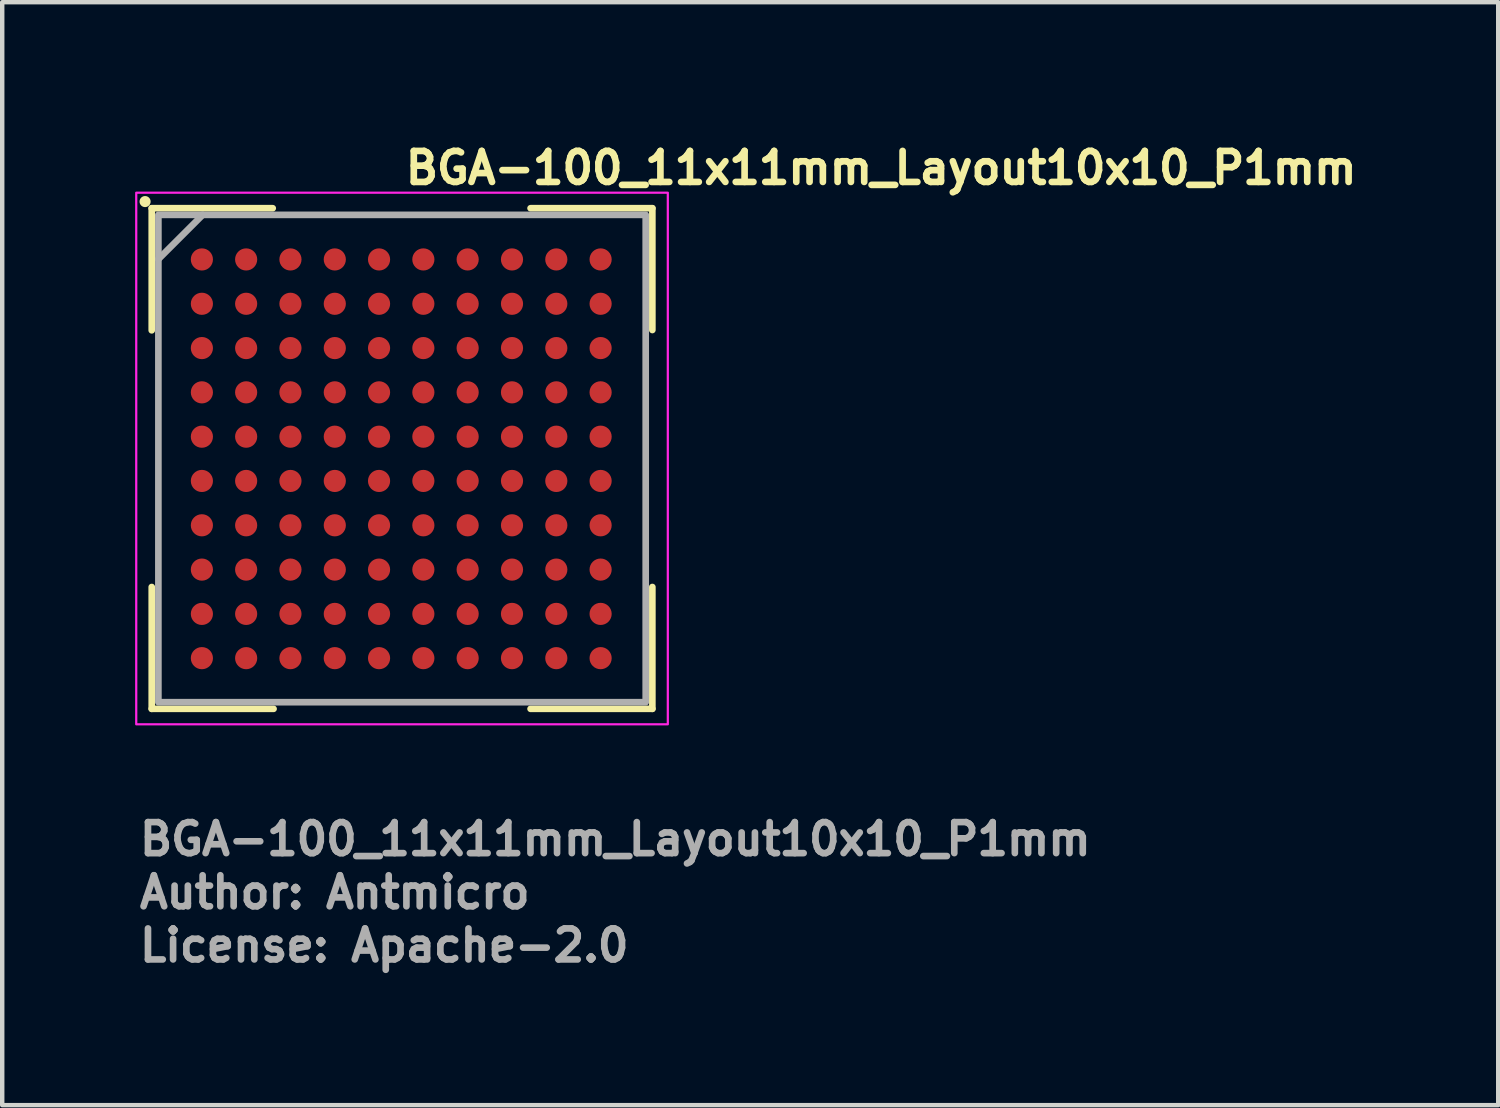
<source format=kicad_pcb>
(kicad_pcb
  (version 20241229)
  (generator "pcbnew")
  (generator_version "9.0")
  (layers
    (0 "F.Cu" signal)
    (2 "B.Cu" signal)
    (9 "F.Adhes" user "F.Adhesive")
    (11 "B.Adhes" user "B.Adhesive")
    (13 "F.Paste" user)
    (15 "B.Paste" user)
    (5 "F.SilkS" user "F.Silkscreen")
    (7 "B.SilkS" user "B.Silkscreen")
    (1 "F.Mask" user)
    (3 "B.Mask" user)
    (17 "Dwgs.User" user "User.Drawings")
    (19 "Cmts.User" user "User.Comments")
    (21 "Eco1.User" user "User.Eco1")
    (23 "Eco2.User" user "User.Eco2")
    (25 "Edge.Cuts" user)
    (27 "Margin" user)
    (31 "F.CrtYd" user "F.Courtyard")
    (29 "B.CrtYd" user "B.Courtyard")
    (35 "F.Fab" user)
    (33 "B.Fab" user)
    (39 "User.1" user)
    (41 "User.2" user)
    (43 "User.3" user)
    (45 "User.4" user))
  (footprint "BGA-100_11x11mm_Layout10x10_P1mm"
    (layer "F.Cu")
    (at 6.025 7.3)
    (property "Reference" "BGA-100_11x11mm_Layout10x10_P1mm" (at 0 -6.15 0) (layer "F.SilkS") (effects (font (size 0.7 0.7) (thickness 0.15)) (justify left bottom)))
    (attr smd)
    (fp_line (start -5.65 -5.65) (end -5.65 -2.894) (stroke (width 0.15) (type solid)) (layer "F.SilkS"))
    (fp_line (start -5.65 5.65) (end -5.65 2.9) (stroke (width 0.15) (type solid)) (layer "F.SilkS"))
    (fp_line (start -2.919 -5.65) (end -5.65 -5.65) (stroke (width 0.15) (type solid)) (layer "F.SilkS"))
    (fp_line (start -2.9 5.65) (end -5.65 5.65) (stroke (width 0.15) (type solid)) (layer "F.SilkS"))
    (fp_line (start 2.901 -5.65) (end 5.65 -5.65) (stroke (width 0.15) (type solid)) (layer "F.SilkS"))
    (fp_line (start 2.901 5.65) (end 5.65 5.65) (stroke (width 0.15) (type solid)) (layer "F.SilkS"))
    (fp_line (start 5.65 -5.65) (end 5.65 -2.901) (stroke (width 0.15) (type solid)) (layer "F.SilkS"))
    (fp_line (start 5.65 5.65) (end 5.65 2.9) (stroke (width 0.15) (type solid)) (layer "F.SilkS"))
    (fp_circle (center -5.8 -5.8) (end -5.75 -5.8) (stroke (width 0.15) (type solid)) (fill yes) (layer "F.SilkS"))
    (fp_rect (start -6 -6) (end 5.999 5.999) (stroke (width 0.05) (type solid)) (fill no) (layer "F.CrtYd"))
    (fp_line (start -4.5 -5.5) (end -5.5 -4.5) (stroke (width 0.15) (type solid)) (layer "F.Fab"))
    (fp_rect (start 5.5 5.5) (end -5.5 -5.5) (stroke (width 0.15) (type solid)) (fill no) (layer "F.Fab"))
    (fp_rect (start -5.5 -5.5) (end 5.499 5.499) (stroke (width 0.1) (type solid)) (fill no) (layer "User.5"))
    (fp_line (start -5.5 -5.5) (end -5.5 5.499) (stroke (width 0.02) (type solid)) (layer "User.9"))
    (fp_line (start -5.5 5.499) (end 5.499 5.499) (stroke (width 0.02) (type solid)) (layer "User.9"))
    (fp_line (start 5.499 -5.5) (end -5.5 -5.5) (stroke (width 0.02) (type solid)) (layer "User.9"))
    (fp_line (start 5.499 5.499) (end 5.499 -5.5) (stroke (width 0.02) (type solid)) (layer "User.9"))
    (fp_circle (center -4.5 -4.5) (end -4.175 -4.475) (stroke (width 0.02) (type solid)) (fill no) (layer "User.9"))
    (fp_text user "License: Apache-2.0" (at -6 11.4 0) (layer "F.Fab") (effects (font (size 0.7 0.7) (thickness 0.15)) (justify left bottom)))
    (fp_text user "Author: Antmicro" (at -6 10.2 0) (layer "F.Fab") (effects (font (size 0.7 0.7) (thickness 0.15)) (justify left bottom)))
    (fp_text user "${REFERENCE}" (at -6 9 0) (layer "F.Fab") (effects (font (size 0.7 0.7) (thickness 0.15)) (justify left bottom)))
    (pad "A1" smd circle (at -4.518 -4.494) (size 0.5 0.5) (layers "F.Cu" "F.Mask" "F.Paste"))
    (pad "A2" smd circle (at -3.519 -4.494) (size 0.5 0.5) (layers "F.Cu" "F.Mask" "F.Paste"))
    (pad "A3" smd circle (at -2.519 -4.494) (size 0.5 0.5) (layers "F.Cu" "F.Mask" "F.Paste"))
    (pad "A4" smd circle (at -1.518 -4.494) (size 0.5 0.5) (layers "F.Cu" "F.Mask" "F.Paste"))
    (pad "A5" smd circle (at -0.519 -4.494) (size 0.5 0.5) (layers "F.Cu" "F.Mask" "F.Paste"))
    (pad "A6" smd circle (at 0.481 -4.494) (size 0.5 0.5) (layers "F.Cu" "F.Mask" "F.Paste"))
    (pad "A7" smd circle (at 1.481 -4.494) (size 0.5 0.5) (layers "F.Cu" "F.Mask" "F.Paste"))
    (pad "A8" smd circle (at 2.482 -4.494) (size 0.5 0.5) (layers "F.Cu" "F.Mask" "F.Paste"))
    (pad "A9" smd circle (at 3.482 -4.494) (size 0.5 0.5) (layers "F.Cu" "F.Mask" "F.Paste"))
    (pad "A10" smd circle (at 4.482 -4.494) (size 0.5 0.5) (layers "F.Cu" "F.Mask" "F.Paste"))
    (pad "B1" smd circle (at -4.518 -3.493) (size 0.5 0.5) (layers "F.Cu" "F.Mask" "F.Paste"))
    (pad "B2" smd circle (at -3.519 -3.493) (size 0.5 0.5) (layers "F.Cu" "F.Mask" "F.Paste"))
    (pad "B3" smd circle (at -2.519 -3.493) (size 0.5 0.5) (layers "F.Cu" "F.Mask" "F.Paste"))
    (pad "B4" smd circle (at -1.518 -3.493) (size 0.5 0.5) (layers "F.Cu" "F.Mask" "F.Paste"))
    (pad "B5" smd circle (at -0.519 -3.493) (size 0.5 0.5) (layers "F.Cu" "F.Mask" "F.Paste"))
    (pad "B6" smd circle (at 0.481 -3.493) (size 0.5 0.5) (layers "F.Cu" "F.Mask" "F.Paste"))
    (pad "B7" smd circle (at 1.481 -3.493) (size 0.5 0.5) (layers "F.Cu" "F.Mask" "F.Paste"))
    (pad "B8" smd circle (at 2.482 -3.493) (size 0.5 0.5) (layers "F.Cu" "F.Mask" "F.Paste"))
    (pad "B9" smd circle (at 3.482 -3.493) (size 0.5 0.5) (layers "F.Cu" "F.Mask" "F.Paste"))
    (pad "B10" smd circle (at 4.482 -3.493) (size 0.5 0.5) (layers "F.Cu" "F.Mask" "F.Paste"))
    (pad "C1" smd circle (at -4.518 -2.493) (size 0.5 0.5) (layers "F.Cu" "F.Mask" "F.Paste"))
    (pad "C2" smd circle (at -3.519 -2.493) (size 0.5 0.5) (layers "F.Cu" "F.Mask" "F.Paste"))
    (pad "C3" smd circle (at -2.519 -2.493) (size 0.5 0.5) (layers "F.Cu" "F.Mask" "F.Paste"))
    (pad "C4" smd circle (at -1.518 -2.493) (size 0.5 0.5) (layers "F.Cu" "F.Mask" "F.Paste"))
    (pad "C5" smd circle (at -0.519 -2.493) (size 0.5 0.5) (layers "F.Cu" "F.Mask" "F.Paste"))
    (pad "C6" smd circle (at 0.481 -2.493) (size 0.5 0.5) (layers "F.Cu" "F.Mask" "F.Paste"))
    (pad "C7" smd circle (at 1.481 -2.493) (size 0.5 0.5) (layers "F.Cu" "F.Mask" "F.Paste"))
    (pad "C8" smd circle (at 2.482 -2.493) (size 0.5 0.5) (layers "F.Cu" "F.Mask" "F.Paste"))
    (pad "C9" smd circle (at 3.482 -2.493) (size 0.5 0.5) (layers "F.Cu" "F.Mask" "F.Paste"))
    (pad "C10" smd circle (at 4.482 -2.493) (size 0.5 0.5) (layers "F.Cu" "F.Mask" "F.Paste"))
    (pad "D1" smd circle (at -4.518 -1.494) (size 0.5 0.5) (layers "F.Cu" "F.Mask" "F.Paste"))
    (pad "D2" smd circle (at -3.519 -1.494) (size 0.5 0.5) (layers "F.Cu" "F.Mask" "F.Paste"))
    (pad "D3" smd circle (at -2.519 -1.494) (size 0.5 0.5) (layers "F.Cu" "F.Mask" "F.Paste"))
    (pad "D4" smd circle (at -1.518 -1.494) (size 0.5 0.5) (layers "F.Cu" "F.Mask" "F.Paste"))
    (pad "D5" smd circle (at -0.519 -1.494) (size 0.5 0.5) (layers "F.Cu" "F.Mask" "F.Paste"))
    (pad "D6" smd circle (at 0.481 -1.494) (size 0.5 0.5) (layers "F.Cu" "F.Mask" "F.Paste"))
    (pad "D7" smd circle (at 1.481 -1.494) (size 0.5 0.5) (layers "F.Cu" "F.Mask" "F.Paste"))
    (pad "D8" smd circle (at 2.482 -1.494) (size 0.5 0.5) (layers "F.Cu" "F.Mask" "F.Paste"))
    (pad "D9" smd circle (at 3.482 -1.494) (size 0.5 0.5) (layers "F.Cu" "F.Mask" "F.Paste"))
    (pad "D10" smd circle (at 4.482 -1.494) (size 0.5 0.5) (layers "F.Cu" "F.Mask" "F.Paste"))
    (pad "E1" smd circle (at -4.518 -0.493) (size 0.5 0.5) (layers "F.Cu" "F.Mask" "F.Paste"))
    (pad "E2" smd circle (at -3.519 -0.493) (size 0.5 0.5) (layers "F.Cu" "F.Mask" "F.Paste"))
    (pad "E3" smd circle (at -2.519 -0.493) (size 0.5 0.5) (layers "F.Cu" "F.Mask" "F.Paste"))
    (pad "E4" smd circle (at -1.518 -0.493) (size 0.5 0.5) (layers "F.Cu" "F.Mask" "F.Paste"))
    (pad "E5" smd circle (at -0.519 -0.493) (size 0.5 0.5) (layers "F.Cu" "F.Mask" "F.Paste"))
    (pad "E6" smd circle (at 0.481 -0.493) (size 0.5 0.5) (layers "F.Cu" "F.Mask" "F.Paste"))
    (pad "E7" smd circle (at 1.481 -0.493) (size 0.5 0.5) (layers "F.Cu" "F.Mask" "F.Paste"))
    (pad "E8" smd circle (at 2.482 -0.493) (size 0.5 0.5) (layers "F.Cu" "F.Mask" "F.Paste"))
    (pad "E9" smd circle (at 3.482 -0.493) (size 0.5 0.5) (layers "F.Cu" "F.Mask" "F.Paste"))
    (pad "E10" smd circle (at 4.482 -0.493) (size 0.5 0.5) (layers "F.Cu" "F.Mask" "F.Paste"))
    (pad "F1" smd circle (at -4.518 0.506) (size 0.5 0.5) (layers "F.Cu" "F.Mask" "F.Paste"))
    (pad "F2" smd circle (at -3.519 0.506) (size 0.5 0.5) (layers "F.Cu" "F.Mask" "F.Paste"))
    (pad "F3" smd circle (at -2.519 0.506) (size 0.5 0.5) (layers "F.Cu" "F.Mask" "F.Paste"))
    (pad "F4" smd circle (at -1.518 0.506) (size 0.5 0.5) (layers "F.Cu" "F.Mask" "F.Paste"))
    (pad "F5" smd circle (at -0.519 0.506) (size 0.5 0.5) (layers "F.Cu" "F.Mask" "F.Paste"))
    (pad "F6" smd circle (at 0.481 0.506) (size 0.5 0.5) (layers "F.Cu" "F.Mask" "F.Paste"))
    (pad "F7" smd circle (at 1.481 0.506) (size 0.5 0.5) (layers "F.Cu" "F.Mask" "F.Paste"))
    (pad "F8" smd circle (at 2.482 0.506) (size 0.5 0.5) (layers "F.Cu" "F.Mask" "F.Paste"))
    (pad "F9" smd circle (at 3.482 0.506) (size 0.5 0.5) (layers "F.Cu" "F.Mask" "F.Paste"))
    (pad "F10" smd circle (at 4.482 0.506) (size 0.5 0.5) (layers "F.Cu" "F.Mask" "F.Paste"))
    (pad "G1" smd circle (at -4.518 1.507) (size 0.5 0.5) (layers "F.Cu" "F.Mask" "F.Paste"))
    (pad "G2" smd circle (at -3.519 1.507) (size 0.5 0.5) (layers "F.Cu" "F.Mask" "F.Paste"))
    (pad "G3" smd circle (at -2.519 1.507) (size 0.5 0.5) (layers "F.Cu" "F.Mask" "F.Paste"))
    (pad "G4" smd circle (at -1.518 1.507) (size 0.5 0.5) (layers "F.Cu" "F.Mask" "F.Paste"))
    (pad "G5" smd circle (at -0.519 1.507) (size 0.5 0.5) (layers "F.Cu" "F.Mask" "F.Paste"))
    (pad "G6" smd circle (at 0.481 1.507) (size 0.5 0.5) (layers "F.Cu" "F.Mask" "F.Paste"))
    (pad "G7" smd circle (at 1.481 1.507) (size 0.5 0.5) (layers "F.Cu" "F.Mask" "F.Paste"))
    (pad "G8" smd circle (at 2.482 1.507) (size 0.5 0.5) (layers "F.Cu" "F.Mask" "F.Paste"))
    (pad "G9" smd circle (at 3.482 1.507) (size 0.5 0.5) (layers "F.Cu" "F.Mask" "F.Paste"))
    (pad "G10" smd circle (at 4.482 1.507) (size 0.5 0.5) (layers "F.Cu" "F.Mask" "F.Paste"))
    (pad "H1" smd circle (at -4.518 2.507) (size 0.5 0.5) (layers "F.Cu" "F.Mask" "F.Paste"))
    (pad "H2" smd circle (at -3.519 2.507) (size 0.5 0.5) (layers "F.Cu" "F.Mask" "F.Paste"))
    (pad "H3" smd circle (at -2.519 2.507) (size 0.5 0.5) (layers "F.Cu" "F.Mask" "F.Paste"))
    (pad "H4" smd circle (at -1.518 2.507) (size 0.5 0.5) (layers "F.Cu" "F.Mask" "F.Paste"))
    (pad "H5" smd circle (at -0.519 2.507) (size 0.5 0.5) (layers "F.Cu" "F.Mask" "F.Paste"))
    (pad "H6" smd circle (at 0.481 2.507) (size 0.5 0.5) (layers "F.Cu" "F.Mask" "F.Paste"))
    (pad "H7" smd circle (at 1.481 2.507) (size 0.5 0.5) (layers "F.Cu" "F.Mask" "F.Paste"))
    (pad "H8" smd circle (at 2.482 2.507) (size 0.5 0.5) (layers "F.Cu" "F.Mask" "F.Paste"))
    (pad "H9" smd circle (at 3.482 2.507) (size 0.5 0.5) (layers "F.Cu" "F.Mask" "F.Paste"))
    (pad "H10" smd circle (at 4.482 2.507) (size 0.5 0.5) (layers "F.Cu" "F.Mask" "F.Paste"))
    (pad "J1" smd circle (at -4.518 3.507) (size 0.5 0.5) (layers "F.Cu" "F.Mask" "F.Paste"))
    (pad "J2" smd circle (at -3.519 3.507) (size 0.5 0.5) (layers "F.Cu" "F.Mask" "F.Paste"))
    (pad "J3" smd circle (at -2.519 3.507) (size 0.5 0.5) (layers "F.Cu" "F.Mask" "F.Paste"))
    (pad "J4" smd circle (at -1.518 3.507) (size 0.5 0.5) (layers "F.Cu" "F.Mask" "F.Paste"))
    (pad "J5" smd circle (at -0.519 3.507) (size 0.5 0.5) (layers "F.Cu" "F.Mask" "F.Paste"))
    (pad "J6" smd circle (at 0.481 3.507) (size 0.5 0.5) (layers "F.Cu" "F.Mask" "F.Paste"))
    (pad "J7" smd circle (at 1.481 3.507) (size 0.5 0.5) (layers "F.Cu" "F.Mask" "F.Paste"))
    (pad "J8" smd circle (at 2.482 3.507) (size 0.5 0.5) (layers "F.Cu" "F.Mask" "F.Paste"))
    (pad "J9" smd circle (at 3.482 3.507) (size 0.5 0.5) (layers "F.Cu" "F.Mask" "F.Paste"))
    (pad "J10" smd circle (at 4.482 3.507) (size 0.5 0.5) (layers "F.Cu" "F.Mask" "F.Paste"))
    (pad "K1" smd circle (at -4.518 4.506) (size 0.5 0.5) (layers "F.Cu" "F.Mask" "F.Paste"))
    (pad "K2" smd circle (at -3.519 4.506) (size 0.5 0.5) (layers "F.Cu" "F.Mask" "F.Paste"))
    (pad "K3" smd circle (at -2.519 4.506) (size 0.5 0.5) (layers "F.Cu" "F.Mask" "F.Paste"))
    (pad "K4" smd circle (at -1.518 4.506) (size 0.5 0.5) (layers "F.Cu" "F.Mask" "F.Paste"))
    (pad "K5" smd circle (at -0.519 4.506) (size 0.5 0.5) (layers "F.Cu" "F.Mask" "F.Paste"))
    (pad "K6" smd circle (at 0.481 4.506) (size 0.5 0.5) (layers "F.Cu" "F.Mask" "F.Paste"))
    (pad "K7" smd circle (at 1.481 4.506) (size 0.5 0.5) (layers "F.Cu" "F.Mask" "F.Paste"))
    (pad "K8" smd circle (at 2.482 4.506) (size 0.5 0.5) (layers "F.Cu" "F.Mask" "F.Paste"))
    (pad "K9" smd circle (at 3.482 4.506) (size 0.5 0.5) (layers "F.Cu" "F.Mask" "F.Paste"))
    (pad "K10" smd circle (at 4.482 4.506) (size 0.5 0.5) (layers "F.Cu" "F.Mask" "F.Paste")))
  (gr_rect
    (start -3 -3)
    (end 30.768 21.895)
    (stroke (width 0.1) (type default))
    (fill no)
    (layer "Edge.Cuts")))
</source>
